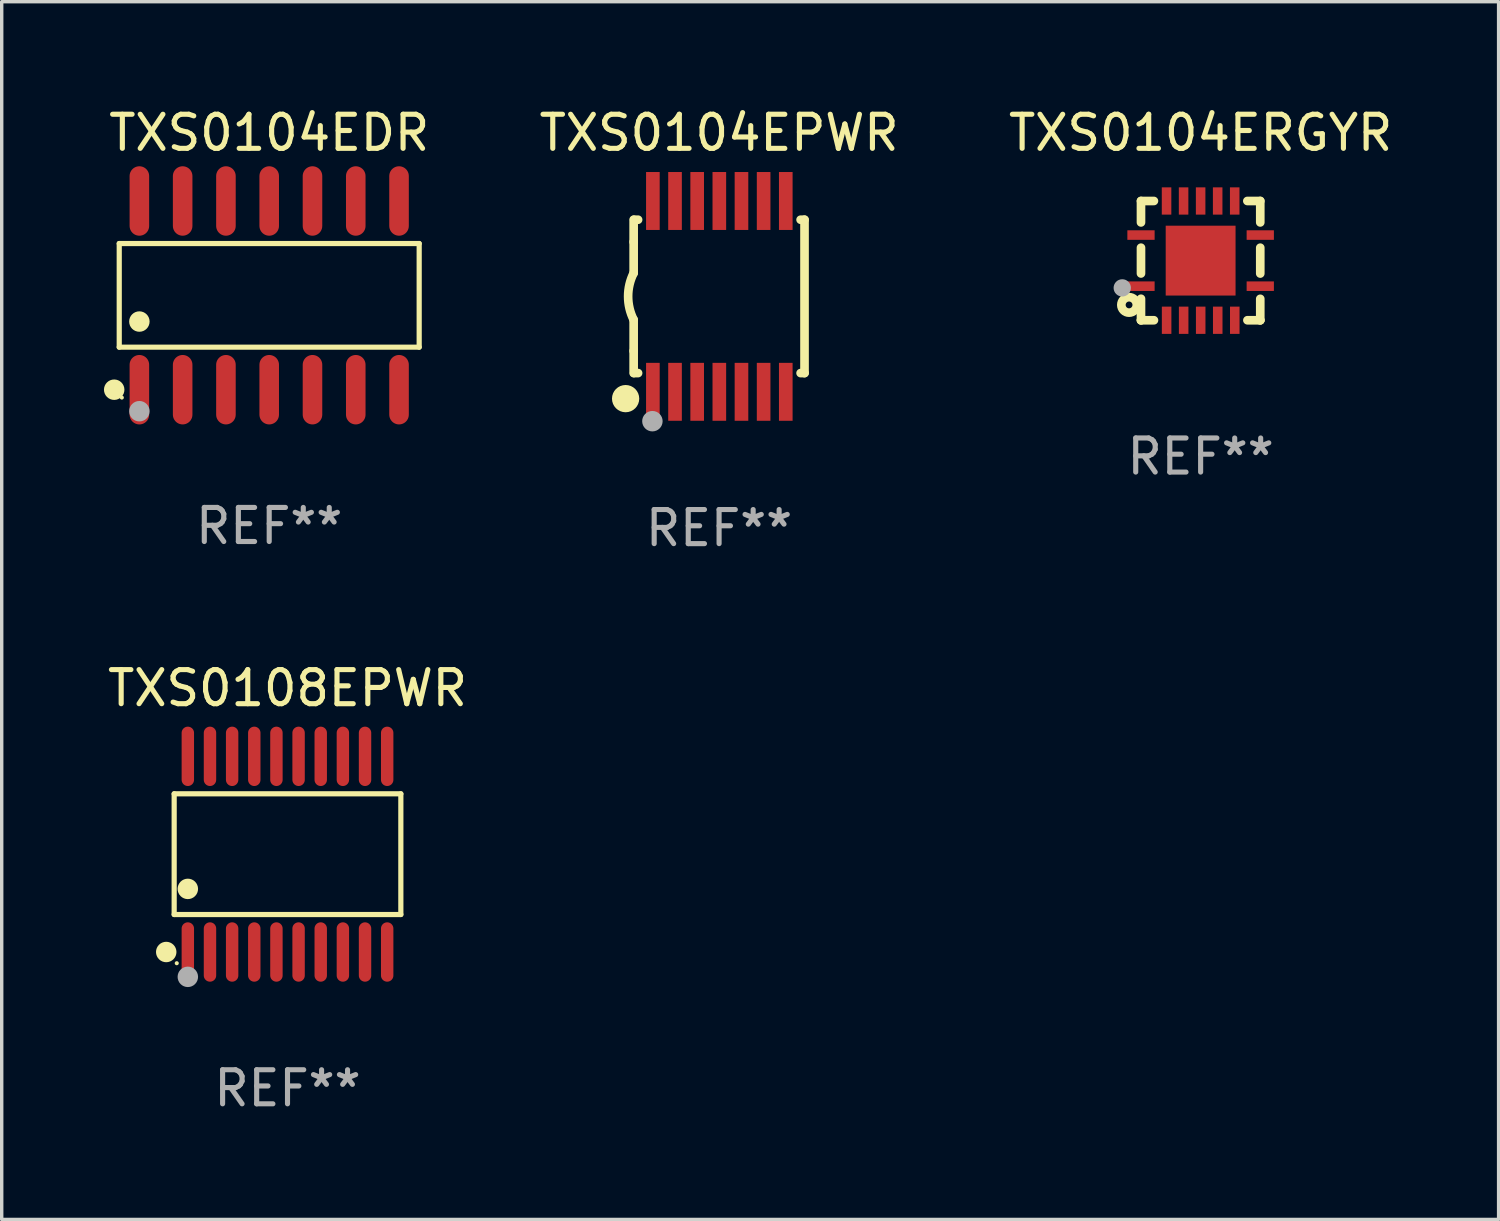
<source format=kicad_pcb>
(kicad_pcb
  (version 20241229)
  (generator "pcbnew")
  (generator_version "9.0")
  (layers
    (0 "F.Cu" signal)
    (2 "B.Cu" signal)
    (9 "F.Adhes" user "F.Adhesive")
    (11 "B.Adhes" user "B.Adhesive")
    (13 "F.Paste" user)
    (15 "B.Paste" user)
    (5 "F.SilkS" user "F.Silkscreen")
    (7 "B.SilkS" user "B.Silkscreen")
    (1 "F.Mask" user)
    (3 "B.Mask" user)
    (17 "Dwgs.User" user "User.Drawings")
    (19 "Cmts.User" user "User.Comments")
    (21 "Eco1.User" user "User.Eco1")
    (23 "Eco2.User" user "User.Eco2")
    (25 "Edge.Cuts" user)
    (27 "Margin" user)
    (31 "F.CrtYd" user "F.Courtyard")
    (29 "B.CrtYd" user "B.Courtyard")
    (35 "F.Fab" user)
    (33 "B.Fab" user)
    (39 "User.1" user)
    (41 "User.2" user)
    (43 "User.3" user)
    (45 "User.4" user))
  (footprint "TXS0104ERGYR"
    (layer "F.Cu")
    (at 32.183 4.598)
    (property "Reference" "TXS0104ERGYR" (at 0 -3.75 0) (layer "F.SilkS") (effects (font (size 1 1) (thickness 0.15))))
    (attr through_hole)
    (fp_line (start -1.75 1.75) (end -1.37 1.75) (stroke (width 0.254) (type solid)) (layer "F.SilkS"))
    (fp_line (start -1.75 -1.75) (end -1.75 -1.121) (stroke (width 0.254) (type solid)) (layer "F.SilkS"))
    (fp_line (start -1.75 -0.379) (end -1.75 0.377) (stroke (width 0.254) (type solid)) (layer "F.SilkS"))
    (fp_line (start -1.75 1.119) (end -1.75 1.75) (stroke (width 0.254) (type solid)) (layer "F.SilkS"))
    (fp_line (start -1.75 1.75) (end -1.75 1.75) (stroke (width 0.254) (type solid)) (layer "F.SilkS"))
    (fp_line (start -1.371 -1.75) (end -1.75 -1.75) (stroke (width 0.254) (type solid)) (layer "F.SilkS"))
    (fp_line (start 1.373 1.75) (end 1.75 1.75) (stroke (width 0.254) (type solid)) (layer "F.SilkS"))
    (fp_line (start 1.75 1.75) (end 1.75 1.75) (stroke (width 0.254) (type solid)) (layer "F.SilkS"))
    (fp_line (start 1.75 -1.75) (end 1.371 -1.75) (stroke (width 0.254) (type solid)) (layer "F.SilkS"))
    (fp_line (start 1.75 -1.121) (end 1.75 -1.75) (stroke (width 0.254) (type solid)) (layer "F.SilkS"))
    (fp_line (start 1.75 0.379) (end 1.75 -0.379) (stroke (width 0.254) (type solid)) (layer "F.SilkS"))
    (fp_line (start 1.75 1.75) (end 1.75 1.121) (stroke (width 0.254) (type solid)) (layer "F.SilkS"))
    (fp_circle (center -2.1 1.3) (end -2 1.3) (stroke (width 0.254) (type solid)) (fill no) (layer "F.SilkS"))
    (fp_circle (center -1.747 1.751) (end -1.717 1.751) (stroke (width 0.06) (type solid)) (fill no) (layer "F.SilkS"))
    (fp_circle (center -2.3 0.8) (end -2.173 0.8) (stroke (width 0.254) (type solid)) (fill no) (layer "F.Fab"))
    (fp_text user "REF**" (at 0 5.75 0) (layer "F.Fab") (effects (font (size 1 1) (thickness 0.15))))
    (pad "1" smd rect (at -1.75 0.75 270) (size 0.28 0.8) (layers "F.Cu" "F.Mask" "F.Paste"))
    (pad "2" smd rect (at -0.998 1.75 180) (size 0.28 0.8) (layers "F.Cu" "F.Mask" "F.Paste"))
    (pad "3" smd rect (at -0.498 1.75 180) (size 0.28 0.8) (layers "F.Cu" "F.Mask" "F.Paste"))
    (pad "4" smd rect (at 0.002 1.75 180) (size 0.28 0.8) (layers "F.Cu" "F.Mask" "F.Paste"))
    (pad "5" smd rect (at 0.502 1.75 180) (size 0.28 0.8) (layers "F.Cu" "F.Mask" "F.Paste"))
    (pad "6" smd rect (at 1.002 1.75 180) (size 0.28 0.8) (layers "F.Cu" "F.Mask" "F.Paste"))
    (pad "7" smd rect (at 1.75 0.75 270) (size 0.28 0.8) (layers "F.Cu" "F.Mask" "F.Paste"))
    (pad "8" smd rect (at 1.75 -0.75 270) (size 0.28 0.8) (layers "F.Cu" "F.Mask" "F.Paste"))
    (pad "9" smd rect (at 1 -1.75) (size 0.28 0.8) (layers "F.Cu" "F.Mask" "F.Paste"))
    (pad "10" smd rect (at 0.5 -1.75) (size 0.28 0.8) (layers "F.Cu" "F.Mask" "F.Paste"))
    (pad "11" smd rect (at 0 -1.75) (size 0.28 0.8) (layers "F.Cu" "F.Mask" "F.Paste"))
    (pad "12" smd rect (at -0.5 -1.75) (size 0.28 0.8) (layers "F.Cu" "F.Mask" "F.Paste"))
    (pad "13" smd rect (at -1 -1.75) (size 0.28 0.8) (layers "F.Cu" "F.Mask" "F.Paste"))
    (pad "14" smd rect (at -1.75 -0.75 90) (size 0.28 0.8) (layers "F.Cu" "F.Mask" "F.Paste"))
    (pad "15" smd rect (at 0 0 180) (size 2.05 2.05) (layers "F.Cu" "F.Mask" "F.Paste")))
  (footprint "TXS0104EPWR"
    (layer "F.Cu")
    (at 18.052 5.648)
    (property "Reference" "TXS0104EPWR" (at 0 -4.8 0) (layer "F.SilkS") (effects (font (size 1 1) (thickness 0.15))))
    (attr through_hole)
    (fp_line (start -2.507 -1.6) (end -2.507 -2.25) (stroke (width 0.254) (type solid)) (layer "F.SilkS"))
    (fp_line (start -2.507 -0.686) (end -2.507 -1.6) (stroke (width 0.254) (type solid)) (layer "F.SilkS"))
    (fp_line (start -2.507 1.6) (end -2.507 0.686) (stroke (width 0.254) (type solid)) (layer "F.SilkS"))
    (fp_line (start -2.507 1.6) (end -2.507 2.25) (stroke (width 0.254) (type solid)) (layer "F.SilkS"))
    (fp_line (start -2.493 -2.25) (end -2.377 -2.25) (stroke (width 0.254) (type solid)) (layer "F.SilkS"))
    (fp_line (start -2.377 2.25) (end -2.493 2.25) (stroke (width 0.254) (type solid)) (layer "F.SilkS"))
    (fp_line (start 2.392 -2.25) (end 2.507 -2.25) (stroke (width 0.254) (type solid)) (layer "F.SilkS"))
    (fp_line (start 2.507 -2.25) (end 2.507 2.25) (stroke (width 0.254) (type solid)) (layer "F.SilkS"))
    (fp_line (start 2.507 2.25) (end 2.392 2.25) (stroke (width 0.254) (type solid)) (layer "F.SilkS"))
    (fp_arc (start -2.507303 0.685802) (mid -2.669199 0) (end -2.507303 -0.685801) (stroke (width 0.254001) (type solid)) (layer "F.SilkS"))
    (fp_circle (center -2.743 3) (end -2.543 3) (stroke (width 0.4) (type solid)) (fill no) (layer "F.SilkS"))
    (fp_circle (center -2.493 3.2) (end -2.463 3.2) (stroke (width 0.06) (type solid)) (fill no) (layer "F.SilkS"))
    (fp_circle (center -1.957 3.662) (end -1.807 3.662) (stroke (width 0.3) (type solid)) (fill no) (layer "F.Fab"))
    (fp_text user "REF**" (at 0 6.8 0) (layer "F.Fab") (effects (font (size 1 1) (thickness 0.15))))
    (pad "1" smd rect (at -1.943 2.8) (size 0.4 1.7) (layers "F.Cu" "F.Mask" "F.Paste"))
    (pad "2" smd rect (at -1.293 2.8) (size 0.4 1.7) (layers "F.Cu" "F.Mask" "F.Paste"))
    (pad "3" smd rect (at -0.643 2.8) (size 0.4 1.7) (layers "F.Cu" "F.Mask" "F.Paste"))
    (pad "4" smd rect (at 0.007 2.8) (size 0.4 1.7) (layers "F.Cu" "F.Mask" "F.Paste"))
    (pad "5" smd rect (at 0.657 2.8) (size 0.4 1.7) (layers "F.Cu" "F.Mask" "F.Paste"))
    (pad "6" smd rect (at 1.307 2.8) (size 0.4 1.7) (layers "F.Cu" "F.Mask" "F.Paste"))
    (pad "7" smd rect (at 1.957 2.8) (size 0.4 1.7) (layers "F.Cu" "F.Mask" "F.Paste"))
    (pad "8" smd rect (at 1.957 -2.8) (size 0.4 1.7) (layers "F.Cu" "F.Mask" "F.Paste"))
    (pad "9" smd rect (at 1.307 -2.8) (size 0.4 1.7) (layers "F.Cu" "F.Mask" "F.Paste"))
    (pad "10" smd rect (at 0.657 -2.8) (size 0.4 1.7) (layers "F.Cu" "F.Mask" "F.Paste"))
    (pad "11" smd rect (at 0.007 -2.8) (size 0.4 1.7) (layers "F.Cu" "F.Mask" "F.Paste"))
    (pad "12" smd rect (at -0.643 -2.8) (size 0.4 1.7) (layers "F.Cu" "F.Mask" "F.Paste"))
    (pad "13" smd rect (at -1.293 -2.8) (size 0.4 1.7) (layers "F.Cu" "F.Mask" "F.Paste"))
    (pad "14" smd rect (at -1.943 -2.8) (size 0.4 1.7) (layers "F.Cu" "F.Mask" "F.Paste")))
  (footprint "TXS0108EPWR"
    (layer "F.Cu")
    (at 5.387 22.016)
    (property "Reference" "TXS0108EPWR" (at 0 -4.871 0) (layer "F.SilkS") (effects (font (size 1 1) (thickness 0.15))))
    (attr through_hole)
    (fp_line (start -3.326 -1.771) (end 3.326 -1.771) (stroke (width 0.152) (type solid)) (layer "F.SilkS"))
    (fp_line (start -3.326 1.771) (end -3.326 -1.771) (stroke (width 0.152) (type solid)) (layer "F.SilkS"))
    (fp_line (start 3.326 -1.771) (end 3.326 1.771) (stroke (width 0.152) (type solid)) (layer "F.SilkS"))
    (fp_line (start 3.326 1.771) (end -3.326 1.771) (stroke (width 0.152) (type solid)) (layer "F.SilkS"))
    (fp_circle (center -3.559 2.871) (end -3.409 2.871) (stroke (width 0.3) (type solid)) (fill no) (layer "F.SilkS"))
    (fp_circle (center -3.25 3.2) (end -3.22 3.2) (stroke (width 0.06) (type solid)) (fill no) (layer "F.SilkS"))
    (fp_circle (center -2.925 1.019) (end -2.775 1.019) (stroke (width 0.3) (type solid)) (fill no) (layer "F.SilkS"))
    (fp_circle (center -2.925 3.6) (end -2.775 3.6) (stroke (width 0.3) (type solid)) (fill no) (layer "F.Fab"))
    (fp_text user "REF**" (at 0 6.871 0) (layer "F.Fab") (effects (font (size 1 1) (thickness 0.15))))
    (pad "1" smd oval (at -2.925 2.871) (size 0.364 1.742) (layers "F.Cu" "F.Mask" "F.Paste"))
    (pad "2" smd oval (at -2.275 2.871) (size 0.364 1.742) (layers "F.Cu" "F.Mask" "F.Paste"))
    (pad "3" smd oval (at -1.625 2.871) (size 0.364 1.742) (layers "F.Cu" "F.Mask" "F.Paste"))
    (pad "4" smd oval (at -0.975 2.871) (size 0.364 1.742) (layers "F.Cu" "F.Mask" "F.Paste"))
    (pad "5" smd oval (at -0.325 2.871) (size 0.364 1.742) (layers "F.Cu" "F.Mask" "F.Paste"))
    (pad "6" smd oval (at 0.325 2.871) (size 0.364 1.742) (layers "F.Cu" "F.Mask" "F.Paste"))
    (pad "7" smd oval (at 0.975 2.871) (size 0.364 1.742) (layers "F.Cu" "F.Mask" "F.Paste"))
    (pad "8" smd oval (at 1.625 2.871) (size 0.364 1.742) (layers "F.Cu" "F.Mask" "F.Paste"))
    (pad "9" smd oval (at 2.275 2.871) (size 0.364 1.742) (layers "F.Cu" "F.Mask" "F.Paste"))
    (pad "10" smd oval (at 2.925 2.871) (size 0.364 1.742) (layers "F.Cu" "F.Mask" "F.Paste"))
    (pad "11" smd oval (at 2.925 -2.871) (size 0.364 1.742) (layers "F.Cu" "F.Mask" "F.Paste"))
    (pad "12" smd oval (at 2.275 -2.871) (size 0.364 1.742) (layers "F.Cu" "F.Mask" "F.Paste"))
    (pad "13" smd oval (at 1.625 -2.871) (size 0.364 1.742) (layers "F.Cu" "F.Mask" "F.Paste"))
    (pad "14" smd oval (at 0.975 -2.871) (size 0.364 1.742) (layers "F.Cu" "F.Mask" "F.Paste"))
    (pad "15" smd oval (at 0.325 -2.871) (size 0.364 1.742) (layers "F.Cu" "F.Mask" "F.Paste"))
    (pad "16" smd oval (at -0.325 -2.871) (size 0.364 1.742) (layers "F.Cu" "F.Mask" "F.Paste"))
    (pad "17" smd oval (at -0.975 -2.871) (size 0.364 1.742) (layers "F.Cu" "F.Mask" "F.Paste"))
    (pad "18" smd oval (at -1.625 -2.871) (size 0.364 1.742) (layers "F.Cu" "F.Mask" "F.Paste"))
    (pad "19" smd oval (at -2.275 -2.871) (size 0.364 1.742) (layers "F.Cu" "F.Mask" "F.Paste"))
    (pad "20" smd oval (at -2.925 -2.871) (size 0.364 1.742) (layers "F.Cu" "F.Mask" "F.Paste")))
  (footprint "TXS0104EDR"
    (layer "F.Cu")
    (at 4.85 5.617)
    (property "Reference" "TXS0104EDR" (at 0 -4.769 0) (layer "F.SilkS") (effects (font (size 1 1) (thickness 0.15))))
    (attr through_hole)
    (fp_line (start -4.401 -1.521) (end 4.401 -1.521) (stroke (width 0.152) (type solid)) (layer "F.SilkS"))
    (fp_line (start -4.401 1.521) (end -4.401 -1.521) (stroke (width 0.152) (type solid)) (layer "F.SilkS"))
    (fp_line (start 4.401 -1.521) (end 4.401 1.521) (stroke (width 0.152) (type solid)) (layer "F.SilkS"))
    (fp_line (start 4.401 1.521) (end -4.401 1.521) (stroke (width 0.152) (type solid)) (layer "F.SilkS"))
    (fp_circle (center -4.549 2.769) (end -4.399 2.769) (stroke (width 0.3) (type solid)) (fill no) (layer "F.SilkS"))
    (fp_circle (center -4.325 3) (end -4.295 3) (stroke (width 0.06) (type solid)) (fill no) (layer "F.SilkS"))
    (fp_circle (center -3.81 0.769) (end -3.66 0.769) (stroke (width 0.3) (type solid)) (fill no) (layer "F.SilkS"))
    (fp_circle (center -3.81 3.4) (end -3.66 3.4) (stroke (width 0.3) (type solid)) (fill no) (layer "F.Fab"))
    (fp_text user "REF**" (at 0 6.769 0) (layer "F.Fab") (effects (font (size 1 1) (thickness 0.15))))
    (pad "1" smd oval (at -3.81 2.769) (size 0.574 2.038) (layers "F.Cu" "F.Mask" "F.Paste"))
    (pad "2" smd oval (at -2.54 2.769) (size 0.574 2.038) (layers "F.Cu" "F.Mask" "F.Paste"))
    (pad "3" smd oval (at -1.27 2.769) (size 0.574 2.038) (layers "F.Cu" "F.Mask" "F.Paste"))
    (pad "4" smd oval (at 0 2.769) (size 0.574 2.038) (layers "F.Cu" "F.Mask" "F.Paste"))
    (pad "5" smd oval (at 1.27 2.769) (size 0.574 2.038) (layers "F.Cu" "F.Mask" "F.Paste"))
    (pad "6" smd oval (at 2.54 2.769) (size 0.574 2.038) (layers "F.Cu" "F.Mask" "F.Paste"))
    (pad "7" smd oval (at 3.81 2.769) (size 0.574 2.038) (layers "F.Cu" "F.Mask" "F.Paste"))
    (pad "8" smd oval (at 3.81 -2.769) (size 0.574 2.038) (layers "F.Cu" "F.Mask" "F.Paste"))
    (pad "9" smd oval (at 2.54 -2.769) (size 0.574 2.038) (layers "F.Cu" "F.Mask" "F.Paste"))
    (pad "10" smd oval (at 1.27 -2.769) (size 0.574 2.038) (layers "F.Cu" "F.Mask" "F.Paste"))
    (pad "11" smd oval (at 0 -2.769) (size 0.574 2.038) (layers "F.Cu" "F.Mask" "F.Paste"))
    (pad "12" smd oval (at -1.27 -2.769) (size 0.574 2.038) (layers "F.Cu" "F.Mask" "F.Paste"))
    (pad "13" smd oval (at -2.54 -2.769) (size 0.574 2.038) (layers "F.Cu" "F.Mask" "F.Paste"))
    (pad "14" smd oval (at -3.81 -2.769) (size 0.574 2.038) (layers "F.Cu" "F.Mask" "F.Paste")))
  (gr_rect
    (start -3 -3)
    (end 40.927 32.735)
    (stroke (width 0.1) (type default))
    (fill no)
    (layer "Edge.Cuts")))
</source>
